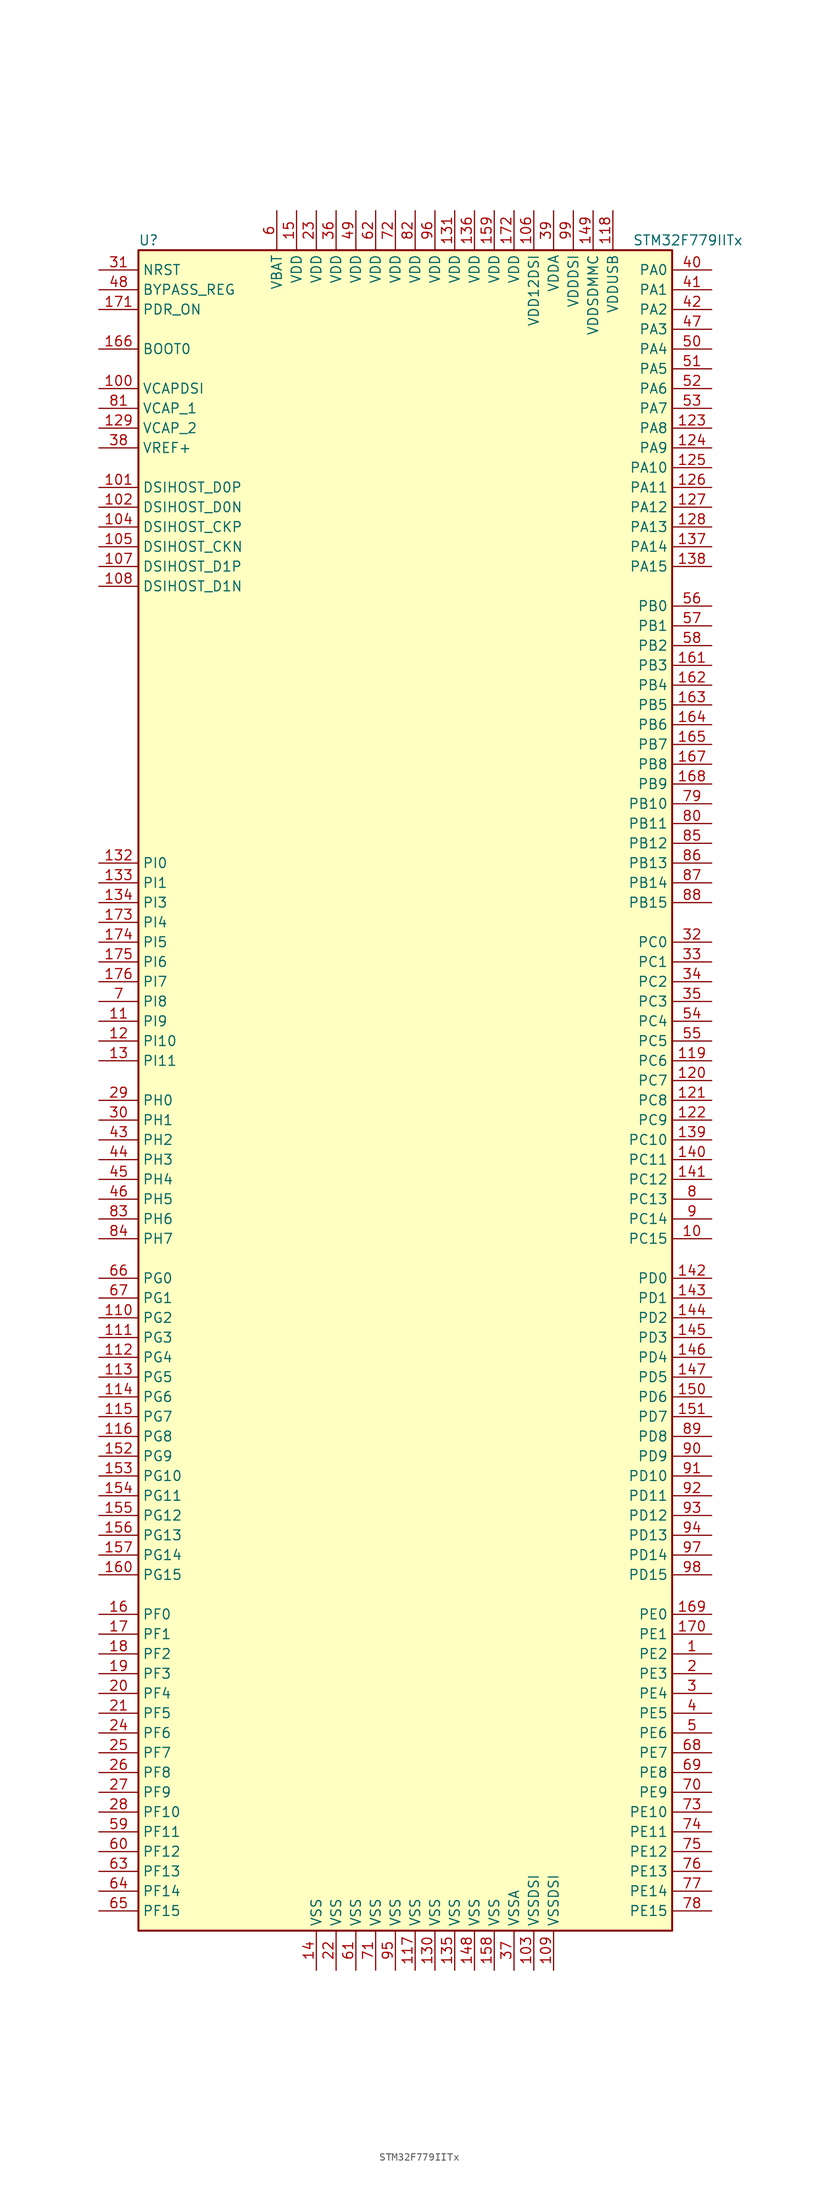
<source format=kicad_sym>
(kicad_symbol_lib
  (version 20220914)
  (generator kicad_symbol_editor)
  (symbol "STM32F779IITx"
    (property "Reference" "U"
      (at -35.56 107.95 0)
      (effects (font (size 1.27 1.27)) (justify left)))
    (property "Value" "STM32F779IITx"
      (at 27.94 107.95 0)
      (effects (font (size 1.27 1.27)) (justify left)))
    (symbol "STM32F779IITx_0_1"
      (rectangle (start -35.56 -109.22) (end 33.02 106.68) (stroke (width 0.254) (type default)) (fill (type background))))
    (symbol "STM32F779IITx_1_1"
      (pin bidirectional line (at 38.1 -73.66 180) (length 5.08) (name "PE2" (effects (font (size 1.27 1.27)))) (number "1" (effects (font (size 1.27 1.27)))))
      (pin bidirectional line (at 38.1 -20.32 180) (length 5.08) (name "PC15" (effects (font (size 1.27 1.27)))) (number "10" (effects (font (size 1.27 1.27)))))
      (pin power_in line (at -40.64 88.9 0) (length 5.08) (name "VCAPDSI" (effects (font (size 1.27 1.27)))) (number "100" (effects (font (size 1.27 1.27)))))
      (pin bidirectional line (at -40.64 76.2 0) (length 5.08) (name "DSIHOST_D0P" (effects (font (size 1.27 1.27)))) (number "101" (effects (font (size 1.27 1.27)))))
      (pin bidirectional line (at -40.64 73.66 0) (length 5.08) (name "DSIHOST_D0N" (effects (font (size 1.27 1.27)))) (number "102" (effects (font (size 1.27 1.27)))))
      (pin power_in line (at 15.24 -114.3 90) (length 5.08) (name "VSSDSI" (effects (font (size 1.27 1.27)))) (number "103" (effects (font (size 1.27 1.27)))))
      (pin bidirectional line (at -40.64 71.12 0) (length 5.08) (name "DSIHOST_CKP" (effects (font (size 1.27 1.27)))) (number "104" (effects (font (size 1.27 1.27)))))
      (pin bidirectional line (at -40.64 68.58 0) (length 5.08) (name "DSIHOST_CKN" (effects (font (size 1.27 1.27)))) (number "105" (effects (font (size 1.27 1.27)))))
      (pin power_in line (at 15.24 111.76 270) (length 5.08) (name "VDD12DSI" (effects (font (size 1.27 1.27)))) (number "106" (effects (font (size 1.27 1.27)))))
      (pin bidirectional line (at -40.64 66.04 0) (length 5.08) (name "DSIHOST_D1P" (effects (font (size 1.27 1.27)))) (number "107" (effects (font (size 1.27 1.27)))))
      (pin bidirectional line (at -40.64 63.5 0) (length 5.08) (name "DSIHOST_D1N" (effects (font (size 1.27 1.27)))) (number "108" (effects (font (size 1.27 1.27)))))
      (pin power_in line (at 17.78 -114.3 90) (length 5.08) (name "VSSDSI" (effects (font (size 1.27 1.27)))) (number "109" (effects (font (size 1.27 1.27)))))
      (pin bidirectional line (at -40.64 7.62 0) (length 5.08) (name "PI9" (effects (font (size 1.27 1.27)))) (number "11" (effects (font (size 1.27 1.27)))))
      (pin bidirectional line (at -40.64 -30.48 0) (length 5.08) (name "PG2" (effects (font (size 1.27 1.27)))) (number "110" (effects (font (size 1.27 1.27)))))
      (pin bidirectional line (at -40.64 -33.02 0) (length 5.08) (name "PG3" (effects (font (size 1.27 1.27)))) (number "111" (effects (font (size 1.27 1.27)))))
      (pin bidirectional line (at -40.64 -35.56 0) (length 5.08) (name "PG4" (effects (font (size 1.27 1.27)))) (number "112" (effects (font (size 1.27 1.27)))))
      (pin bidirectional line (at -40.64 -38.1 0) (length 5.08) (name "PG5" (effects (font (size 1.27 1.27)))) (number "113" (effects (font (size 1.27 1.27)))))
      (pin bidirectional line (at -40.64 -40.64 0) (length 5.08) (name "PG6" (effects (font (size 1.27 1.27)))) (number "114" (effects (font (size 1.27 1.27)))))
      (pin bidirectional line (at -40.64 -43.18 0) (length 5.08) (name "PG7" (effects (font (size 1.27 1.27)))) (number "115" (effects (font (size 1.27 1.27)))))
      (pin bidirectional line (at -40.64 -45.72 0) (length 5.08) (name "PG8" (effects (font (size 1.27 1.27)))) (number "116" (effects (font (size 1.27 1.27)))))
      (pin power_in line (at 0 -114.3 90) (length 5.08) (name "VSS" (effects (font (size 1.27 1.27)))) (number "117" (effects (font (size 1.27 1.27)))))
      (pin power_in line (at 25.4 111.76 270) (length 5.08) (name "VDDUSB" (effects (font (size 1.27 1.27)))) (number "118" (effects (font (size 1.27 1.27)))))
      (pin bidirectional line (at 38.1 2.54 180) (length 5.08) (name "PC6" (effects (font (size 1.27 1.27)))) (number "119" (effects (font (size 1.27 1.27)))))
      (pin bidirectional line (at -40.64 5.08 0) (length 5.08) (name "PI10" (effects (font (size 1.27 1.27)))) (number "12" (effects (font (size 1.27 1.27)))))
      (pin bidirectional line (at 38.1 0 180) (length 5.08) (name "PC7" (effects (font (size 1.27 1.27)))) (number "120" (effects (font (size 1.27 1.27)))))
      (pin bidirectional line (at 38.1 -2.54 180) (length 5.08) (name "PC8" (effects (font (size 1.27 1.27)))) (number "121" (effects (font (size 1.27 1.27)))))
      (pin bidirectional line (at 38.1 -5.08 180) (length 5.08) (name "PC9" (effects (font (size 1.27 1.27)))) (number "122" (effects (font (size 1.27 1.27)))))
      (pin bidirectional line (at 38.1 83.82 180) (length 5.08) (name "PA8" (effects (font (size 1.27 1.27)))) (number "123" (effects (font (size 1.27 1.27)))))
      (pin bidirectional line (at 38.1 81.28 180) (length 5.08) (name "PA9" (effects (font (size 1.27 1.27)))) (number "124" (effects (font (size 1.27 1.27)))))
      (pin bidirectional line (at 38.1 78.74 180) (length 5.08) (name "PA10" (effects (font (size 1.27 1.27)))) (number "125" (effects (font (size 1.27 1.27)))))
      (pin bidirectional line (at 38.1 76.2 180) (length 5.08) (name "PA11" (effects (font (size 1.27 1.27)))) (number "126" (effects (font (size 1.27 1.27)))))
      (pin bidirectional line (at 38.1 73.66 180) (length 5.08) (name "PA12" (effects (font (size 1.27 1.27)))) (number "127" (effects (font (size 1.27 1.27)))))
      (pin bidirectional line (at 38.1 71.12 180) (length 5.08) (name "PA13" (effects (font (size 1.27 1.27)))) (number "128" (effects (font (size 1.27 1.27)))))
      (pin power_in line (at -40.64 83.82 0) (length 5.08) (name "VCAP_2" (effects (font (size 1.27 1.27)))) (number "129" (effects (font (size 1.27 1.27)))))
      (pin bidirectional line (at -40.64 2.54 0) (length 5.08) (name "PI11" (effects (font (size 1.27 1.27)))) (number "13" (effects (font (size 1.27 1.27)))))
      (pin power_in line (at 2.54 -114.3 90) (length 5.08) (name "VSS" (effects (font (size 1.27 1.27)))) (number "130" (effects (font (size 1.27 1.27)))))
      (pin power_in line (at 5.08 111.76 270) (length 5.08) (name "VDD" (effects (font (size 1.27 1.27)))) (number "131" (effects (font (size 1.27 1.27)))))
      (pin bidirectional line (at -40.64 27.94 0) (length 5.08) (name "PI0" (effects (font (size 1.27 1.27)))) (number "132" (effects (font (size 1.27 1.27)))))
      (pin bidirectional line (at -40.64 25.4 0) (length 5.08) (name "PI1" (effects (font (size 1.27 1.27)))) (number "133" (effects (font (size 1.27 1.27)))))
      (pin bidirectional line (at -40.64 22.86 0) (length 5.08) (name "PI3" (effects (font (size 1.27 1.27)))) (number "134" (effects (font (size 1.27 1.27)))))
      (pin power_in line (at 5.08 -114.3 90) (length 5.08) (name "VSS" (effects (font (size 1.27 1.27)))) (number "135" (effects (font (size 1.27 1.27)))))
      (pin power_in line (at 7.62 111.76 270) (length 5.08) (name "VDD" (effects (font (size 1.27 1.27)))) (number "136" (effects (font (size 1.27 1.27)))))
      (pin bidirectional line (at 38.1 68.58 180) (length 5.08) (name "PA14" (effects (font (size 1.27 1.27)))) (number "137" (effects (font (size 1.27 1.27)))))
      (pin bidirectional line (at 38.1 66.04 180) (length 5.08) (name "PA15" (effects (font (size 1.27 1.27)))) (number "138" (effects (font (size 1.27 1.27)))))
      (pin bidirectional line (at 38.1 -7.62 180) (length 5.08) (name "PC10" (effects (font (size 1.27 1.27)))) (number "139" (effects (font (size 1.27 1.27)))))
      (pin power_in line (at -12.7 -114.3 90) (length 5.08) (name "VSS" (effects (font (size 1.27 1.27)))) (number "14" (effects (font (size 1.27 1.27)))))
      (pin bidirectional line (at 38.1 -10.16 180) (length 5.08) (name "PC11" (effects (font (size 1.27 1.27)))) (number "140" (effects (font (size 1.27 1.27)))))
      (pin bidirectional line (at 38.1 -12.7 180) (length 5.08) (name "PC12" (effects (font (size 1.27 1.27)))) (number "141" (effects (font (size 1.27 1.27)))))
      (pin bidirectional line (at 38.1 -25.4 180) (length 5.08) (name "PD0" (effects (font (size 1.27 1.27)))) (number "142" (effects (font (size 1.27 1.27)))))
      (pin bidirectional line (at 38.1 -27.94 180) (length 5.08) (name "PD1" (effects (font (size 1.27 1.27)))) (number "143" (effects (font (size 1.27 1.27)))))
      (pin bidirectional line (at 38.1 -30.48 180) (length 5.08) (name "PD2" (effects (font (size 1.27 1.27)))) (number "144" (effects (font (size 1.27 1.27)))))
      (pin bidirectional line (at 38.1 -33.02 180) (length 5.08) (name "PD3" (effects (font (size 1.27 1.27)))) (number "145" (effects (font (size 1.27 1.27)))))
      (pin bidirectional line (at 38.1 -35.56 180) (length 5.08) (name "PD4" (effects (font (size 1.27 1.27)))) (number "146" (effects (font (size 1.27 1.27)))))
      (pin bidirectional line (at 38.1 -38.1 180) (length 5.08) (name "PD5" (effects (font (size 1.27 1.27)))) (number "147" (effects (font (size 1.27 1.27)))))
      (pin power_in line (at 7.62 -114.3 90) (length 5.08) (name "VSS" (effects (font (size 1.27 1.27)))) (number "148" (effects (font (size 1.27 1.27)))))
      (pin power_in line (at 22.86 111.76 270) (length 5.08) (name "VDDSDMMC" (effects (font (size 1.27 1.27)))) (number "149" (effects (font (size 1.27 1.27)))))
      (pin power_in line (at -15.24 111.76 270) (length 5.08) (name "VDD" (effects (font (size 1.27 1.27)))) (number "15" (effects (font (size 1.27 1.27)))))
      (pin bidirectional line (at 38.1 -40.64 180) (length 5.08) (name "PD6" (effects (font (size 1.27 1.27)))) (number "150" (effects (font (size 1.27 1.27)))))
      (pin bidirectional line (at 38.1 -43.18 180) (length 5.08) (name "PD7" (effects (font (size 1.27 1.27)))) (number "151" (effects (font (size 1.27 1.27)))))
      (pin bidirectional line (at -40.64 -48.26 0) (length 5.08) (name "PG9" (effects (font (size 1.27 1.27)))) (number "152" (effects (font (size 1.27 1.27)))))
      (pin bidirectional line (at -40.64 -50.8 0) (length 5.08) (name "PG10" (effects (font (size 1.27 1.27)))) (number "153" (effects (font (size 1.27 1.27)))))
      (pin bidirectional line (at -40.64 -53.34 0) (length 5.08) (name "PG11" (effects (font (size 1.27 1.27)))) (number "154" (effects (font (size 1.27 1.27)))))
      (pin bidirectional line (at -40.64 -55.88 0) (length 5.08) (name "PG12" (effects (font (size 1.27 1.27)))) (number "155" (effects (font (size 1.27 1.27)))))
      (pin bidirectional line (at -40.64 -58.42 0) (length 5.08) (name "PG13" (effects (font (size 1.27 1.27)))) (number "156" (effects (font (size 1.27 1.27)))))
      (pin bidirectional line (at -40.64 -60.96 0) (length 5.08) (name "PG14" (effects (font (size 1.27 1.27)))) (number "157" (effects (font (size 1.27 1.27)))))
      (pin power_in line (at 10.16 -114.3 90) (length 5.08) (name "VSS" (effects (font (size 1.27 1.27)))) (number "158" (effects (font (size 1.27 1.27)))))
      (pin power_in line (at 10.16 111.76 270) (length 5.08) (name "VDD" (effects (font (size 1.27 1.27)))) (number "159" (effects (font (size 1.27 1.27)))))
      (pin bidirectional line (at -40.64 -68.58 0) (length 5.08) (name "PF0" (effects (font (size 1.27 1.27)))) (number "16" (effects (font (size 1.27 1.27)))))
      (pin bidirectional line (at -40.64 -63.5 0) (length 5.08) (name "PG15" (effects (font (size 1.27 1.27)))) (number "160" (effects (font (size 1.27 1.27)))))
      (pin bidirectional line (at 38.1 53.34 180) (length 5.08) (name "PB3" (effects (font (size 1.27 1.27)))) (number "161" (effects (font (size 1.27 1.27)))))
      (pin bidirectional line (at 38.1 50.8 180) (length 5.08) (name "PB4" (effects (font (size 1.27 1.27)))) (number "162" (effects (font (size 1.27 1.27)))))
      (pin bidirectional line (at 38.1 48.26 180) (length 5.08) (name "PB5" (effects (font (size 1.27 1.27)))) (number "163" (effects (font (size 1.27 1.27)))))
      (pin bidirectional line (at 38.1 45.72 180) (length 5.08) (name "PB6" (effects (font (size 1.27 1.27)))) (number "164" (effects (font (size 1.27 1.27)))))
      (pin bidirectional line (at 38.1 43.18 180) (length 5.08) (name "PB7" (effects (font (size 1.27 1.27)))) (number "165" (effects (font (size 1.27 1.27)))))
      (pin input line (at -40.64 93.98 0) (length 5.08) (name "BOOT0" (effects (font (size 1.27 1.27)))) (number "166" (effects (font (size 1.27 1.27)))))
      (pin bidirectional line (at 38.1 40.64 180) (length 5.08) (name "PB8" (effects (font (size 1.27 1.27)))) (number "167" (effects (font (size 1.27 1.27)))))
      (pin bidirectional line (at 38.1 38.1 180) (length 5.08) (name "PB9" (effects (font (size 1.27 1.27)))) (number "168" (effects (font (size 1.27 1.27)))))
      (pin bidirectional line (at 38.1 -68.58 180) (length 5.08) (name "PE0" (effects (font (size 1.27 1.27)))) (number "169" (effects (font (size 1.27 1.27)))))
      (pin bidirectional line (at -40.64 -71.12 0) (length 5.08) (name "PF1" (effects (font (size 1.27 1.27)))) (number "17" (effects (font (size 1.27 1.27)))))
      (pin bidirectional line (at 38.1 -71.12 180) (length 5.08) (name "PE1" (effects (font (size 1.27 1.27)))) (number "170" (effects (font (size 1.27 1.27)))))
      (pin input line (at -40.64 99.06 0) (length 5.08) (name "PDR_ON" (effects (font (size 1.27 1.27)))) (number "171" (effects (font (size 1.27 1.27)))))
      (pin power_in line (at 12.7 111.76 270) (length 5.08) (name "VDD" (effects (font (size 1.27 1.27)))) (number "172" (effects (font (size 1.27 1.27)))))
      (pin bidirectional line (at -40.64 20.32 0) (length 5.08) (name "PI4" (effects (font (size 1.27 1.27)))) (number "173" (effects (font (size 1.27 1.27)))))
      (pin bidirectional line (at -40.64 17.78 0) (length 5.08) (name "PI5" (effects (font (size 1.27 1.27)))) (number "174" (effects (font (size 1.27 1.27)))))
      (pin bidirectional line (at -40.64 15.24 0) (length 5.08) (name "PI6" (effects (font (size 1.27 1.27)))) (number "175" (effects (font (size 1.27 1.27)))))
      (pin bidirectional line (at -40.64 12.7 0) (length 5.08) (name "PI7" (effects (font (size 1.27 1.27)))) (number "176" (effects (font (size 1.27 1.27)))))
      (pin bidirectional line (at -40.64 -73.66 0) (length 5.08) (name "PF2" (effects (font (size 1.27 1.27)))) (number "18" (effects (font (size 1.27 1.27)))))
      (pin bidirectional line (at -40.64 -76.2 0) (length 5.08) (name "PF3" (effects (font (size 1.27 1.27)))) (number "19" (effects (font (size 1.27 1.27)))))
      (pin bidirectional line (at 38.1 -76.2 180) (length 5.08) (name "PE3" (effects (font (size 1.27 1.27)))) (number "2" (effects (font (size 1.27 1.27)))))
      (pin bidirectional line (at -40.64 -78.74 0) (length 5.08) (name "PF4" (effects (font (size 1.27 1.27)))) (number "20" (effects (font (size 1.27 1.27)))))
      (pin bidirectional line (at -40.64 -81.28 0) (length 5.08) (name "PF5" (effects (font (size 1.27 1.27)))) (number "21" (effects (font (size 1.27 1.27)))))
      (pin power_in line (at -10.16 -114.3 90) (length 5.08) (name "VSS" (effects (font (size 1.27 1.27)))) (number "22" (effects (font (size 1.27 1.27)))))
      (pin power_in line (at -12.7 111.76 270) (length 5.08) (name "VDD" (effects (font (size 1.27 1.27)))) (number "23" (effects (font (size 1.27 1.27)))))
      (pin bidirectional line (at -40.64 -83.82 0) (length 5.08) (name "PF6" (effects (font (size 1.27 1.27)))) (number "24" (effects (font (size 1.27 1.27)))))
      (pin bidirectional line (at -40.64 -86.36 0) (length 5.08) (name "PF7" (effects (font (size 1.27 1.27)))) (number "25" (effects (font (size 1.27 1.27)))))
      (pin bidirectional line (at -40.64 -88.9 0) (length 5.08) (name "PF8" (effects (font (size 1.27 1.27)))) (number "26" (effects (font (size 1.27 1.27)))))
      (pin bidirectional line (at -40.64 -91.44 0) (length 5.08) (name "PF9" (effects (font (size 1.27 1.27)))) (number "27" (effects (font (size 1.27 1.27)))))
      (pin bidirectional line (at -40.64 -93.98 0) (length 5.08) (name "PF10" (effects (font (size 1.27 1.27)))) (number "28" (effects (font (size 1.27 1.27)))))
      (pin input line (at -40.64 -2.54 0) (length 5.08) (name "PH0" (effects (font (size 1.27 1.27)))) (number "29" (effects (font (size 1.27 1.27)))))
      (pin bidirectional line (at 38.1 -78.74 180) (length 5.08) (name "PE4" (effects (font (size 1.27 1.27)))) (number "3" (effects (font (size 1.27 1.27)))))
      (pin input line (at -40.64 -5.08 0) (length 5.08) (name "PH1" (effects (font (size 1.27 1.27)))) (number "30" (effects (font (size 1.27 1.27)))))
      (pin input line (at -40.64 104.14 0) (length 5.08) (name "NRST" (effects (font (size 1.27 1.27)))) (number "31" (effects (font (size 1.27 1.27)))))
      (pin bidirectional line (at 38.1 17.78 180) (length 5.08) (name "PC0" (effects (font (size 1.27 1.27)))) (number "32" (effects (font (size 1.27 1.27)))))
      (pin bidirectional line (at 38.1 15.24 180) (length 5.08) (name "PC1" (effects (font (size 1.27 1.27)))) (number "33" (effects (font (size 1.27 1.27)))))
      (pin bidirectional line (at 38.1 12.7 180) (length 5.08) (name "PC2" (effects (font (size 1.27 1.27)))) (number "34" (effects (font (size 1.27 1.27)))))
      (pin bidirectional line (at 38.1 10.16 180) (length 5.08) (name "PC3" (effects (font (size 1.27 1.27)))) (number "35" (effects (font (size 1.27 1.27)))))
      (pin power_in line (at -10.16 111.76 270) (length 5.08) (name "VDD" (effects (font (size 1.27 1.27)))) (number "36" (effects (font (size 1.27 1.27)))))
      (pin power_in line (at 12.7 -114.3 90) (length 5.08) (name "VSSA" (effects (font (size 1.27 1.27)))) (number "37" (effects (font (size 1.27 1.27)))))
      (pin power_in line (at -40.64 81.28 0) (length 5.08) (name "VREF+" (effects (font (size 1.27 1.27)))) (number "38" (effects (font (size 1.27 1.27)))))
      (pin power_in line (at 17.78 111.76 270) (length 5.08) (name "VDDA" (effects (font (size 1.27 1.27)))) (number "39" (effects (font (size 1.27 1.27)))))
      (pin bidirectional line (at 38.1 -81.28 180) (length 5.08) (name "PE5" (effects (font (size 1.27 1.27)))) (number "4" (effects (font (size 1.27 1.27)))))
      (pin bidirectional line (at 38.1 104.14 180) (length 5.08) (name "PA0" (effects (font (size 1.27 1.27)))) (number "40" (effects (font (size 1.27 1.27)))))
      (pin bidirectional line (at 38.1 101.6 180) (length 5.08) (name "PA1" (effects (font (size 1.27 1.27)))) (number "41" (effects (font (size 1.27 1.27)))))
      (pin bidirectional line (at 38.1 99.06 180) (length 5.08) (name "PA2" (effects (font (size 1.27 1.27)))) (number "42" (effects (font (size 1.27 1.27)))))
      (pin bidirectional line (at -40.64 -7.62 0) (length 5.08) (name "PH2" (effects (font (size 1.27 1.27)))) (number "43" (effects (font (size 1.27 1.27)))))
      (pin bidirectional line (at -40.64 -10.16 0) (length 5.08) (name "PH3" (effects (font (size 1.27 1.27)))) (number "44" (effects (font (size 1.27 1.27)))))
      (pin bidirectional line (at -40.64 -12.7 0) (length 5.08) (name "PH4" (effects (font (size 1.27 1.27)))) (number "45" (effects (font (size 1.27 1.27)))))
      (pin bidirectional line (at -40.64 -15.24 0) (length 5.08) (name "PH5" (effects (font (size 1.27 1.27)))) (number "46" (effects (font (size 1.27 1.27)))))
      (pin bidirectional line (at 38.1 96.52 180) (length 5.08) (name "PA3" (effects (font (size 1.27 1.27)))) (number "47" (effects (font (size 1.27 1.27)))))
      (pin input line (at -40.64 101.6 0) (length 5.08) (name "BYPASS_REG" (effects (font (size 1.27 1.27)))) (number "48" (effects (font (size 1.27 1.27)))))
      (pin power_in line (at -7.62 111.76 270) (length 5.08) (name "VDD" (effects (font (size 1.27 1.27)))) (number "49" (effects (font (size 1.27 1.27)))))
      (pin bidirectional line (at 38.1 -83.82 180) (length 5.08) (name "PE6" (effects (font (size 1.27 1.27)))) (number "5" (effects (font (size 1.27 1.27)))))
      (pin bidirectional line (at 38.1 93.98 180) (length 5.08) (name "PA4" (effects (font (size 1.27 1.27)))) (number "50" (effects (font (size 1.27 1.27)))))
      (pin bidirectional line (at 38.1 91.44 180) (length 5.08) (name "PA5" (effects (font (size 1.27 1.27)))) (number "51" (effects (font (size 1.27 1.27)))))
      (pin bidirectional line (at 38.1 88.9 180) (length 5.08) (name "PA6" (effects (font (size 1.27 1.27)))) (number "52" (effects (font (size 1.27 1.27)))))
      (pin bidirectional line (at 38.1 86.36 180) (length 5.08) (name "PA7" (effects (font (size 1.27 1.27)))) (number "53" (effects (font (size 1.27 1.27)))))
      (pin bidirectional line (at 38.1 7.62 180) (length 5.08) (name "PC4" (effects (font (size 1.27 1.27)))) (number "54" (effects (font (size 1.27 1.27)))))
      (pin bidirectional line (at 38.1 5.08 180) (length 5.08) (name "PC5" (effects (font (size 1.27 1.27)))) (number "55" (effects (font (size 1.27 1.27)))))
      (pin bidirectional line (at 38.1 60.96 180) (length 5.08) (name "PB0" (effects (font (size 1.27 1.27)))) (number "56" (effects (font (size 1.27 1.27)))))
      (pin bidirectional line (at 38.1 58.42 180) (length 5.08) (name "PB1" (effects (font (size 1.27 1.27)))) (number "57" (effects (font (size 1.27 1.27)))))
      (pin bidirectional line (at 38.1 55.88 180) (length 5.08) (name "PB2" (effects (font (size 1.27 1.27)))) (number "58" (effects (font (size 1.27 1.27)))))
      (pin bidirectional line (at -40.64 -96.52 0) (length 5.08) (name "PF11" (effects (font (size 1.27 1.27)))) (number "59" (effects (font (size 1.27 1.27)))))
      (pin power_in line (at -17.78 111.76 270) (length 5.08) (name "VBAT" (effects (font (size 1.27 1.27)))) (number "6" (effects (font (size 1.27 1.27)))))
      (pin bidirectional line (at -40.64 -99.06 0) (length 5.08) (name "PF12" (effects (font (size 1.27 1.27)))) (number "60" (effects (font (size 1.27 1.27)))))
      (pin power_in line (at -7.62 -114.3 90) (length 5.08) (name "VSS" (effects (font (size 1.27 1.27)))) (number "61" (effects (font (size 1.27 1.27)))))
      (pin power_in line (at -5.08 111.76 270) (length 5.08) (name "VDD" (effects (font (size 1.27 1.27)))) (number "62" (effects (font (size 1.27 1.27)))))
      (pin bidirectional line (at -40.64 -101.6 0) (length 5.08) (name "PF13" (effects (font (size 1.27 1.27)))) (number "63" (effects (font (size 1.27 1.27)))))
      (pin bidirectional line (at -40.64 -104.14 0) (length 5.08) (name "PF14" (effects (font (size 1.27 1.27)))) (number "64" (effects (font (size 1.27 1.27)))))
      (pin bidirectional line (at -40.64 -106.68 0) (length 5.08) (name "PF15" (effects (font (size 1.27 1.27)))) (number "65" (effects (font (size 1.27 1.27)))))
      (pin bidirectional line (at -40.64 -25.4 0) (length 5.08) (name "PG0" (effects (font (size 1.27 1.27)))) (number "66" (effects (font (size 1.27 1.27)))))
      (pin bidirectional line (at -40.64 -27.94 0) (length 5.08) (name "PG1" (effects (font (size 1.27 1.27)))) (number "67" (effects (font (size 1.27 1.27)))))
      (pin bidirectional line (at 38.1 -86.36 180) (length 5.08) (name "PE7" (effects (font (size 1.27 1.27)))) (number "68" (effects (font (size 1.27 1.27)))))
      (pin bidirectional line (at 38.1 -88.9 180) (length 5.08) (name "PE8" (effects (font (size 1.27 1.27)))) (number "69" (effects (font (size 1.27 1.27)))))
      (pin bidirectional line (at -40.64 10.16 0) (length 5.08) (name "PI8" (effects (font (size 1.27 1.27)))) (number "7" (effects (font (size 1.27 1.27)))))
      (pin bidirectional line (at 38.1 -91.44 180) (length 5.08) (name "PE9" (effects (font (size 1.27 1.27)))) (number "70" (effects (font (size 1.27 1.27)))))
      (pin power_in line (at -5.08 -114.3 90) (length 5.08) (name "VSS" (effects (font (size 1.27 1.27)))) (number "71" (effects (font (size 1.27 1.27)))))
      (pin power_in line (at -2.54 111.76 270) (length 5.08) (name "VDD" (effects (font (size 1.27 1.27)))) (number "72" (effects (font (size 1.27 1.27)))))
      (pin bidirectional line (at 38.1 -93.98 180) (length 5.08) (name "PE10" (effects (font (size 1.27 1.27)))) (number "73" (effects (font (size 1.27 1.27)))))
      (pin bidirectional line (at 38.1 -96.52 180) (length 5.08) (name "PE11" (effects (font (size 1.27 1.27)))) (number "74" (effects (font (size 1.27 1.27)))))
      (pin bidirectional line (at 38.1 -99.06 180) (length 5.08) (name "PE12" (effects (font (size 1.27 1.27)))) (number "75" (effects (font (size 1.27 1.27)))))
      (pin bidirectional line (at 38.1 -101.6 180) (length 5.08) (name "PE13" (effects (font (size 1.27 1.27)))) (number "76" (effects (font (size 1.27 1.27)))))
      (pin bidirectional line (at 38.1 -104.14 180) (length 5.08) (name "PE14" (effects (font (size 1.27 1.27)))) (number "77" (effects (font (size 1.27 1.27)))))
      (pin bidirectional line (at 38.1 -106.68 180) (length 5.08) (name "PE15" (effects (font (size 1.27 1.27)))) (number "78" (effects (font (size 1.27 1.27)))))
      (pin bidirectional line (at 38.1 35.56 180) (length 5.08) (name "PB10" (effects (font (size 1.27 1.27)))) (number "79" (effects (font (size 1.27 1.27)))))
      (pin bidirectional line (at 38.1 -15.24 180) (length 5.08) (name "PC13" (effects (font (size 1.27 1.27)))) (number "8" (effects (font (size 1.27 1.27)))))
      (pin bidirectional line (at 38.1 33.02 180) (length 5.08) (name "PB11" (effects (font (size 1.27 1.27)))) (number "80" (effects (font (size 1.27 1.27)))))
      (pin power_in line (at -40.64 86.36 0) (length 5.08) (name "VCAP_1" (effects (font (size 1.27 1.27)))) (number "81" (effects (font (size 1.27 1.27)))))
      (pin power_in line (at 0 111.76 270) (length 5.08) (name "VDD" (effects (font (size 1.27 1.27)))) (number "82" (effects (font (size 1.27 1.27)))))
      (pin bidirectional line (at -40.64 -17.78 0) (length 5.08) (name "PH6" (effects (font (size 1.27 1.27)))) (number "83" (effects (font (size 1.27 1.27)))))
      (pin bidirectional line (at -40.64 -20.32 0) (length 5.08) (name "PH7" (effects (font (size 1.27 1.27)))) (number "84" (effects (font (size 1.27 1.27)))))
      (pin bidirectional line (at 38.1 30.48 180) (length 5.08) (name "PB12" (effects (font (size 1.27 1.27)))) (number "85" (effects (font (size 1.27 1.27)))))
      (pin bidirectional line (at 38.1 27.94 180) (length 5.08) (name "PB13" (effects (font (size 1.27 1.27)))) (number "86" (effects (font (size 1.27 1.27)))))
      (pin bidirectional line (at 38.1 25.4 180) (length 5.08) (name "PB14" (effects (font (size 1.27 1.27)))) (number "87" (effects (font (size 1.27 1.27)))))
      (pin bidirectional line (at 38.1 22.86 180) (length 5.08) (name "PB15" (effects (font (size 1.27 1.27)))) (number "88" (effects (font (size 1.27 1.27)))))
      (pin bidirectional line (at 38.1 -45.72 180) (length 5.08) (name "PD8" (effects (font (size 1.27 1.27)))) (number "89" (effects (font (size 1.27 1.27)))))
      (pin bidirectional line (at 38.1 -17.78 180) (length 5.08) (name "PC14" (effects (font (size 1.27 1.27)))) (number "9" (effects (font (size 1.27 1.27)))))
      (pin bidirectional line (at 38.1 -48.26 180) (length 5.08) (name "PD9" (effects (font (size 1.27 1.27)))) (number "90" (effects (font (size 1.27 1.27)))))
      (pin bidirectional line (at 38.1 -50.8 180) (length 5.08) (name "PD10" (effects (font (size 1.27 1.27)))) (number "91" (effects (font (size 1.27 1.27)))))
      (pin bidirectional line (at 38.1 -53.34 180) (length 5.08) (name "PD11" (effects (font (size 1.27 1.27)))) (number "92" (effects (font (size 1.27 1.27)))))
      (pin bidirectional line (at 38.1 -55.88 180) (length 5.08) (name "PD12" (effects (font (size 1.27 1.27)))) (number "93" (effects (font (size 1.27 1.27)))))
      (pin bidirectional line (at 38.1 -58.42 180) (length 5.08) (name "PD13" (effects (font (size 1.27 1.27)))) (number "94" (effects (font (size 1.27 1.27)))))
      (pin power_in line (at -2.54 -114.3 90) (length 5.08) (name "VSS" (effects (font (size 1.27 1.27)))) (number "95" (effects (font (size 1.27 1.27)))))
      (pin power_in line (at 2.54 111.76 270) (length 5.08) (name "VDD" (effects (font (size 1.27 1.27)))) (number "96" (effects (font (size 1.27 1.27)))))
      (pin bidirectional line (at 38.1 -60.96 180) (length 5.08) (name "PD14" (effects (font (size 1.27 1.27)))) (number "97" (effects (font (size 1.27 1.27)))))
      (pin bidirectional line (at 38.1 -63.5 180) (length 5.08) (name "PD15" (effects (font (size 1.27 1.27)))) (number "98" (effects (font (size 1.27 1.27)))))
      (pin power_in line (at 20.32 111.76 270) (length 5.08) (name "VDDDSI" (effects (font (size 1.27 1.27)))) (number "99" (effects (font (size 1.27 1.27))))))))
</source>
